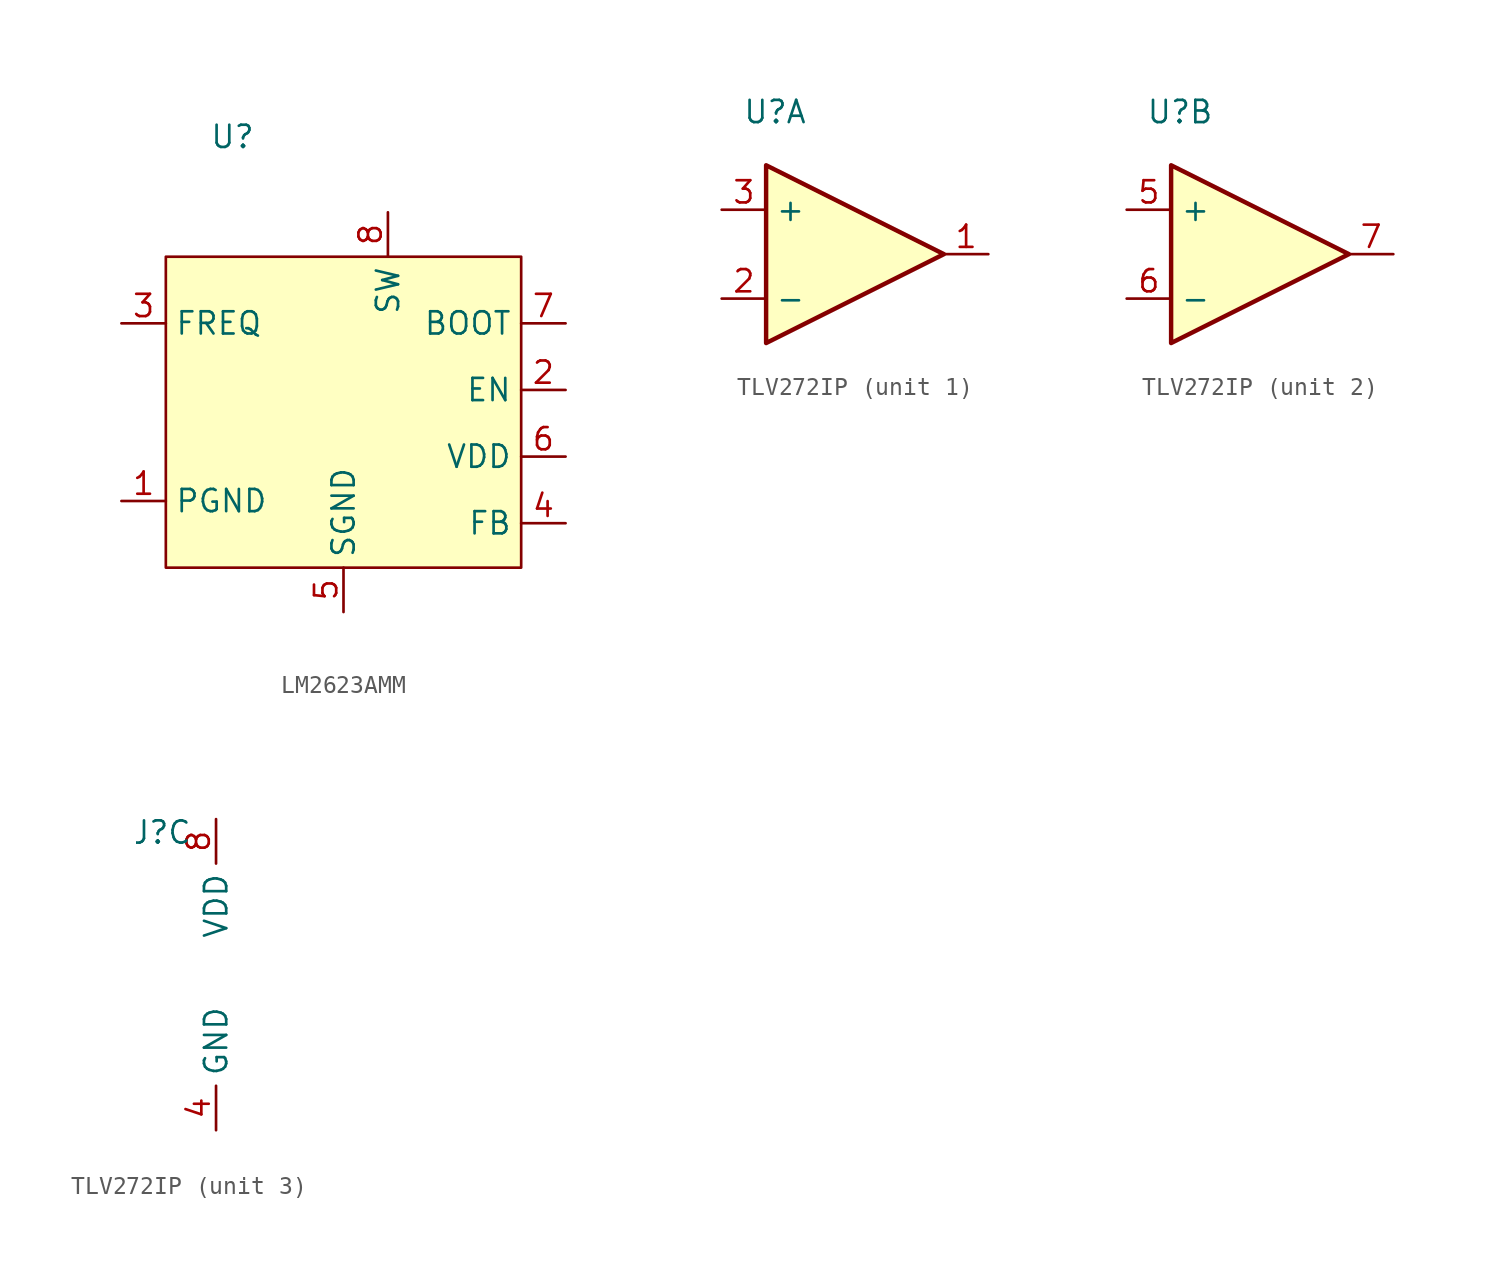
<source format=kicad_sym>
(kicad_symbol_lib
  (version 20231120)
  (generator "kicad_symbol_editor")
  (generator_version "8.0")
  (symbol "LM2623AMM"
    (property "Reference" "U"
      (at -6.35 8.128 0)
      (effects (font (size 1.27 1.27))))
    (property "Value" ""
      (at -6.35 8.128 0)
      (effects (font (size 1.27 1.27))))
    (symbol "LM2623AMM_1_1"
      (rectangle (start -10.16 1.27) (end 10.16 -16.51) (stroke (width 0) (type default)) (fill (type background)))
      (pin input line (at -12.7 -12.7 0) (length 2.54) (name "PGND" (effects (font (size 1.27 1.27)))) (number "1" (effects (font (size 1.27 1.27)))))
      (pin input line (at 12.7 -6.35 180) (length 2.54) (name "EN" (effects (font (size 1.27 1.27)))) (number "2" (effects (font (size 1.27 1.27)))))
      (pin input line (at -12.7 -2.54 0) (length 2.54) (name "FREQ" (effects (font (size 1.27 1.27)))) (number "3" (effects (font (size 1.27 1.27)))))
      (pin input line (at 12.7 -13.97 180) (length 2.54) (name "FB" (effects (font (size 1.27 1.27)))) (number "4" (effects (font (size 1.27 1.27)))))
      (pin input line (at 0 -19.05 90) (length 2.54) (name "SGND" (effects (font (size 1.27 1.27)))) (number "5" (effects (font (size 1.27 1.27)))))
      (pin input line (at 12.7 -10.16 180) (length 2.54) (name "VDD" (effects (font (size 1.27 1.27)))) (number "6" (effects (font (size 1.27 1.27)))))
      (pin input line (at 12.7 -2.54 180) (length 2.54) (name "BOOT" (effects (font (size 1.27 1.27)))) (number "7" (effects (font (size 1.27 1.27)))))
      (pin input line (at 2.54 3.81 270) (length 2.54) (name "SW" (effects (font (size 1.27 1.27)))) (number "8" (effects (font (size 1.27 1.27)))))))
  (symbol "TLV272IP"
    (property "Reference" "U"
      (at -3.302 8.128 0)
      (effects (font (size 1.27 1.27))))
    (property "Value" ""
      (at 0 0 0)
      (effects (font (size 1.27 1.27))))
    (property "ki_locked" ""
      (at 0 0 0)
      (effects (font (size 1.27 1.27))))
    (symbol "TLV272IP_1_1"
      (polyline (pts (xy -3.81 5.08) (xy 6.35 0) (xy -3.81 -5.08) (xy -3.81 5.08)) (stroke (width 0.254) (type default)) (fill (type background)))
      (pin output line (at 8.89 0 180) (length 2.54) (name "~" (effects (font (size 1.27 1.27)))) (number "1" (effects (font (size 1.27 1.27)))))
      (pin input line (at -6.35 -2.54 0) (length 2.54) (name "-" (effects (font (size 1.27 1.27)))) (number "2" (effects (font (size 1.27 1.27)))))
      (pin input line (at -6.35 2.54 0) (length 2.54) (name "+" (effects (font (size 1.27 1.27)))) (number "3" (effects (font (size 1.27 1.27))))))
    (symbol "TLV272IP_2_1"
      (polyline (pts (xy -3.81 5.08) (xy 6.35 0) (xy -3.81 -5.08) (xy -3.81 5.08)) (stroke (width 0.254) (type default)) (fill (type background)))
      (pin input line (at -6.35 2.54 0) (length 2.54) (name "+" (effects (font (size 1.27 1.27)))) (number "5" (effects (font (size 1.27 1.27)))))
      (pin input line (at -6.35 -2.54 0) (length 2.54) (name "-" (effects (font (size 1.27 1.27)))) (number "6" (effects (font (size 1.27 1.27)))))
      (pin output line (at 8.89 0 180) (length 2.54) (name "" (effects (font (size 1.27 1.27)))) (number "7" (effects (font (size 1.27 1.27))))))
    (symbol "TLV272IP_3_1"
      (pin power_in line (at 0 -8.89 90) (length 2.54) (name "GND" (effects (font (size 1.27 1.27)))) (number "4" (effects (font (size 1.27 1.27)))))
      (pin power_in line (at 0 8.89 270) (length 2.54) (name "VDD" (effects (font (size 1.27 1.27)))) (number "8" (effects (font (size 1.27 1.27))))))))
</source>
